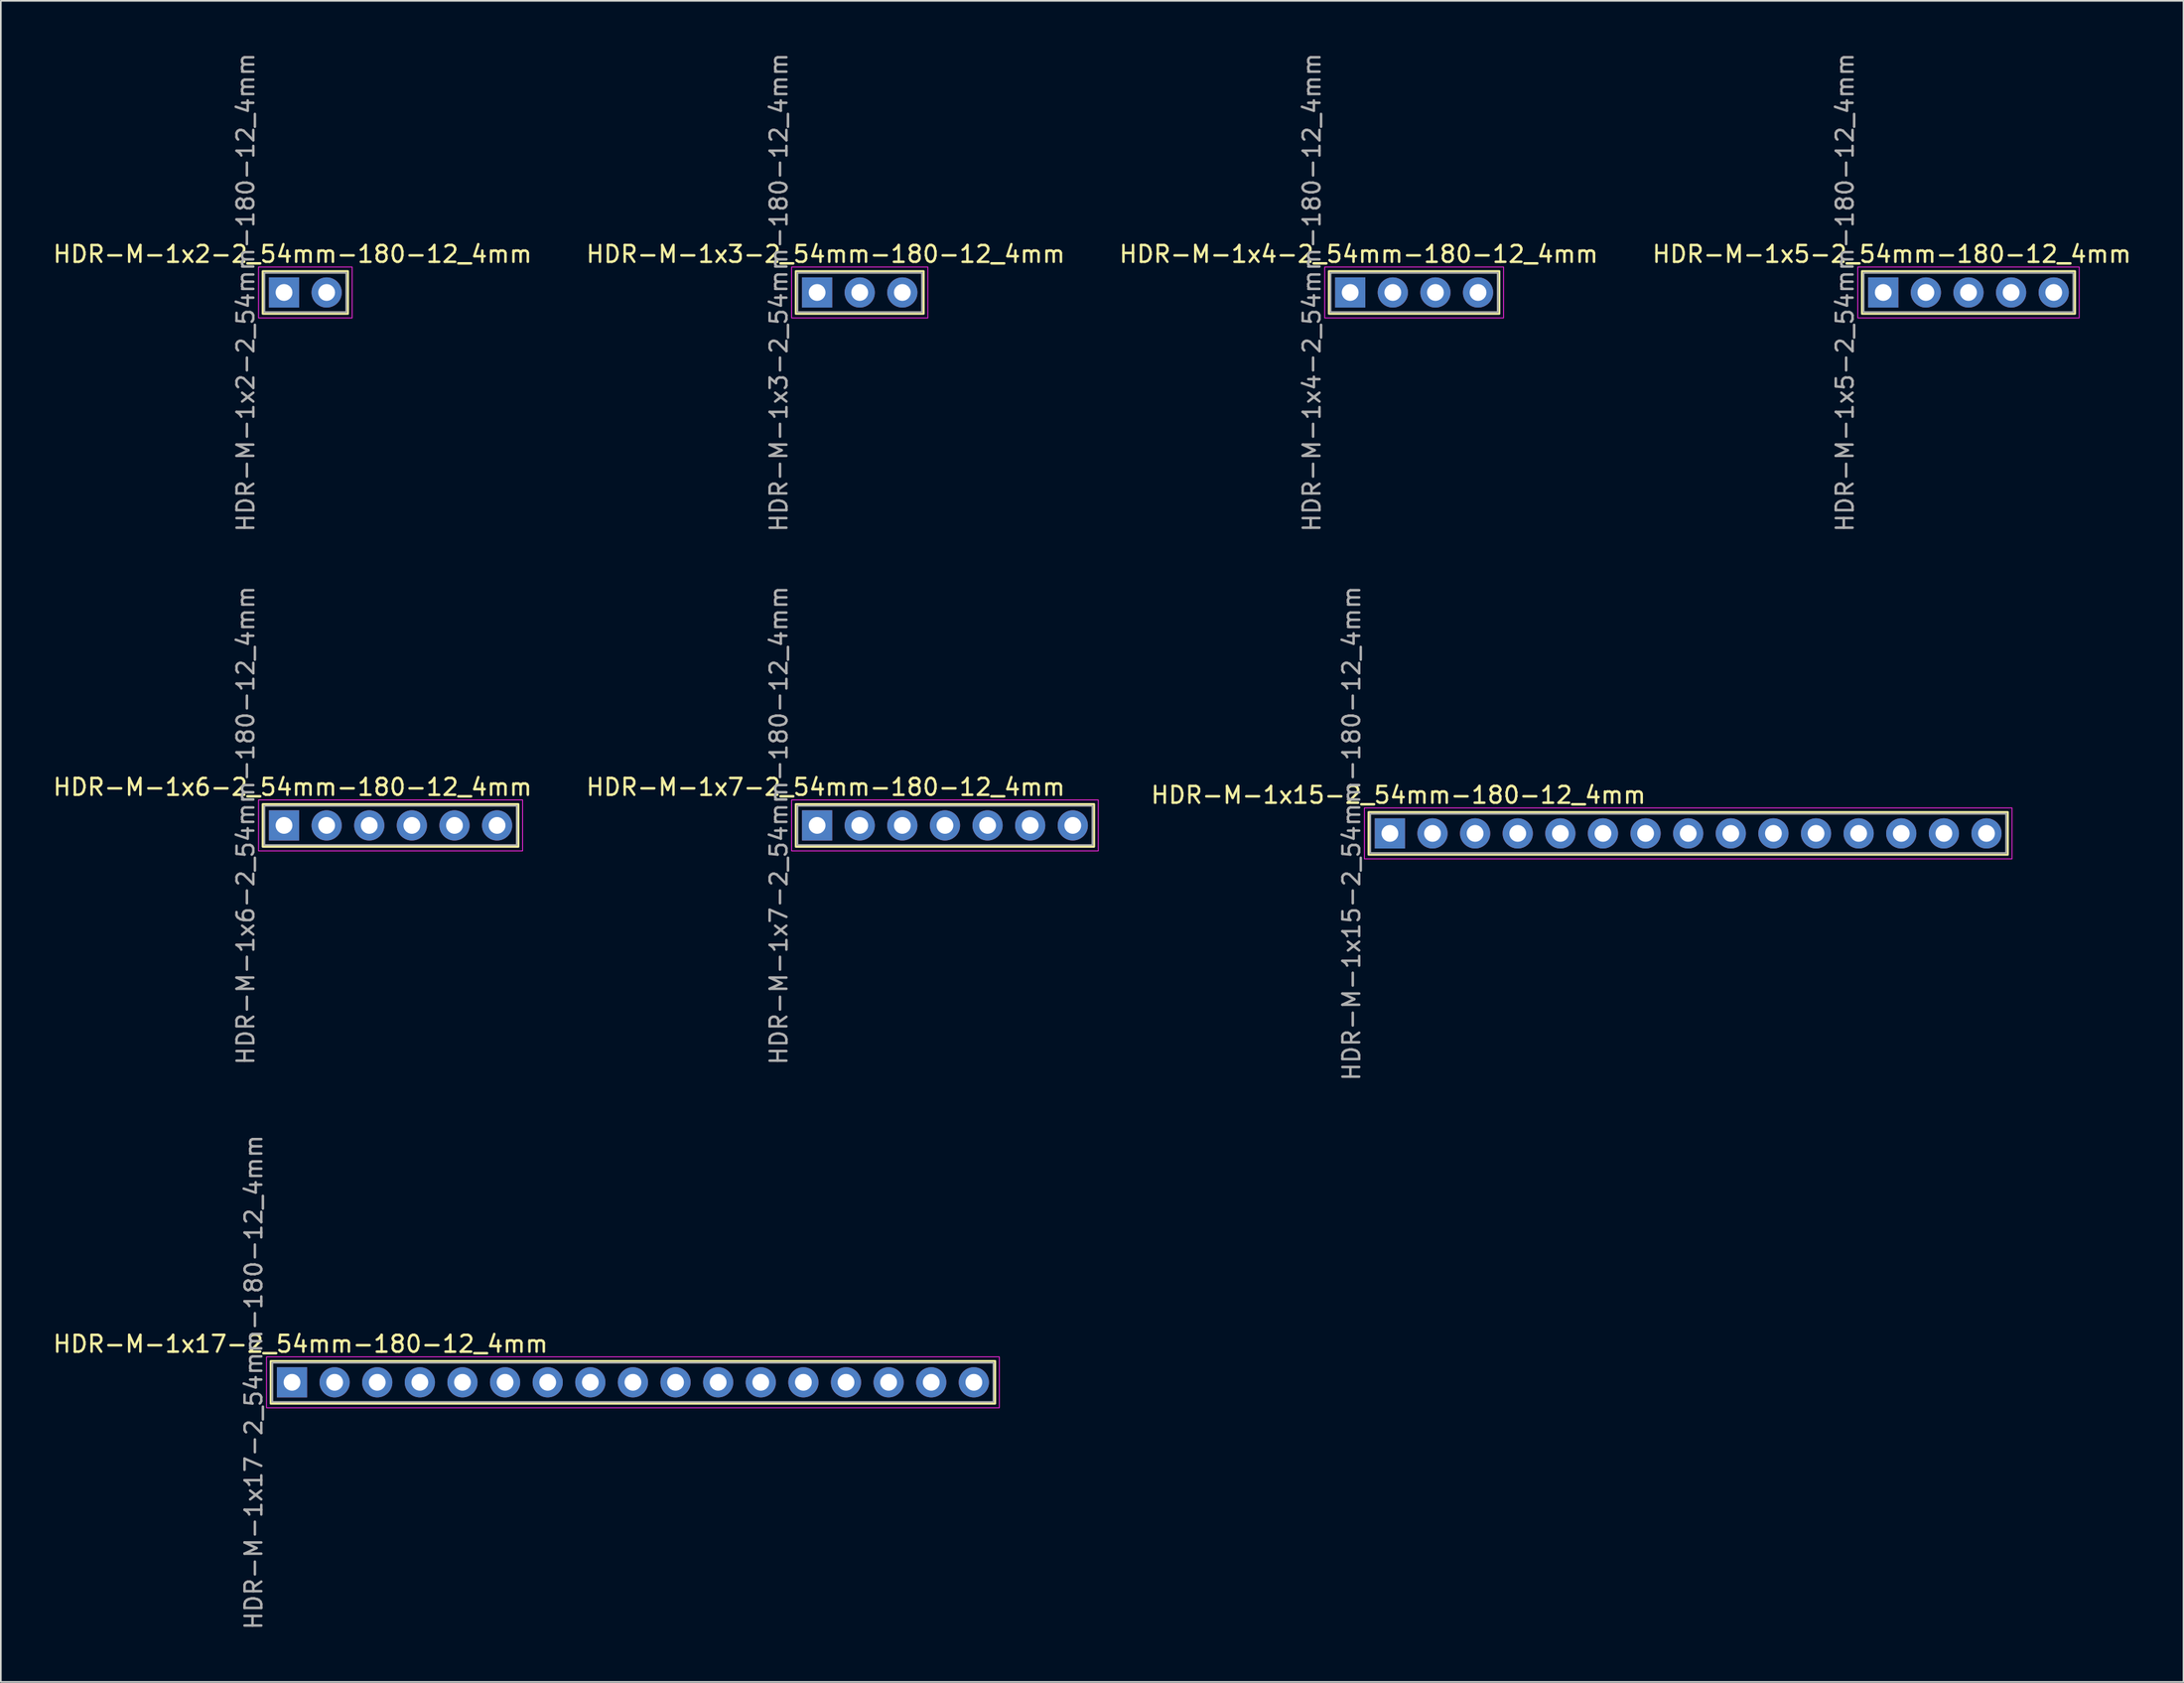
<source format=kicad_pcb>
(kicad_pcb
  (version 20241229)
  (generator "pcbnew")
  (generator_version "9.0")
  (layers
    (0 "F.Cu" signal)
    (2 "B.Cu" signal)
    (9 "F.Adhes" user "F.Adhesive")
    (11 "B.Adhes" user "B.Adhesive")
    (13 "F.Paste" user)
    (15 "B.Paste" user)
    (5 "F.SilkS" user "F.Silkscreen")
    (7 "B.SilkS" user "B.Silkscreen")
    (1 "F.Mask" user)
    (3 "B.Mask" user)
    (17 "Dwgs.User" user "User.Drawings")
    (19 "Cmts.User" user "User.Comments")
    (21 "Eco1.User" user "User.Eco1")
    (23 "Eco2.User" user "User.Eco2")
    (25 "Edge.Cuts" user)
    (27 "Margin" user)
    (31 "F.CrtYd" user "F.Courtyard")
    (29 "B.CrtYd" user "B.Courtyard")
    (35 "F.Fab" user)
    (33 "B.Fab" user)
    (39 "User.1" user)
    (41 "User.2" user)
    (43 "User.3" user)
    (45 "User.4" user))
  (footprint "HDR-M-1x4-2_54mm-180-12_4mm"
    (layer "F.Cu")
    (at 77.427 14.387)
    (property "Reference" "HDR-M-1x4-2_54mm-180-12_4mm" (at 0.508 -2.286 0) (unlocked yes) (layer "F.SilkS") (effects (font (size 1 1) (thickness 0.15))))
    (attr through_hole)
    (fp_rect (start -1.27 -1.27) (end 8.89 1.27) (stroke (width 0.12) (type solid)) (fill no) (layer "F.SilkS"))
    (fp_rect (start -1.52 -1.52) (end 9.14 1.52) (stroke (width 0.05) (type solid)) (fill no) (layer "F.CrtYd"))
    (fp_rect (start -1.17 -1.17) (end 8.79 1.17) (stroke (width 0.1) (type solid)) (fill no) (layer "F.Fab"))
    (fp_text user "${REFERENCE}" (at -2.286 0 90) (unlocked yes) (layer "F.Fab") (effects (font (size 1 1) (thickness 0.15))))
    (pad "1" thru_hole rect (at 0 0) (size 1.8 1.8) (drill 1) (layers "*.Cu" "*.Mask"))
    (pad "2" thru_hole circle (at 2.54 0) (size 1.8 1.8) (drill 1) (layers "*.Cu" "*.Mask"))
    (pad "3" thru_hole circle (at 5.08 0) (size 1.8 1.8) (drill 1) (layers "*.Cu" "*.Mask"))
    (pad "4" thru_hole circle (at 7.62 0) (size 1.8 1.8) (drill 1) (layers "*.Cu" "*.Mask")))
  (footprint "HDR-M-1x17-2_54mm-180-12_4mm"
    (layer "F.Cu")
    (at 14.355 79.363)
    (property "Reference" "HDR-M-1x17-2_54mm-180-12_4mm" (at 0.508 -2.286 0) (unlocked yes) (layer "F.SilkS") (effects (font (size 1 1) (thickness 0.15))))
    (attr through_hole)
    (fp_rect (start -1.27 -1.27) (end 41.91 1.27) (stroke (width 0.12) (type solid)) (fill no) (layer "F.SilkS"))
    (fp_rect (start -1.52 -1.52) (end 42.16 1.52) (stroke (width 0.05) (type solid)) (fill no) (layer "F.CrtYd"))
    (fp_rect (start -1.17 -1.17) (end 41.81 1.17) (stroke (width 0.1) (type solid)) (fill no) (layer "F.Fab"))
    (fp_text user "${REFERENCE}" (at -2.286 0 90) (unlocked yes) (layer "F.Fab") (effects (font (size 1 1) (thickness 0.15))))
    (pad "1" thru_hole rect (at 0 0) (size 1.8 1.8) (drill 1) (layers "*.Cu" "*.Mask"))
    (pad "2" thru_hole circle (at 2.54 0) (size 1.8 1.8) (drill 1) (layers "*.Cu" "*.Mask"))
    (pad "3" thru_hole circle (at 5.08 0) (size 1.8 1.8) (drill 1) (layers "*.Cu" "*.Mask"))
    (pad "4" thru_hole circle (at 7.62 0) (size 1.8 1.8) (drill 1) (layers "*.Cu" "*.Mask"))
    (pad "5" thru_hole circle (at 10.16 0) (size 1.8 1.8) (drill 1) (layers "*.Cu" "*.Mask"))
    (pad "6" thru_hole circle (at 12.7 0) (size 1.8 1.8) (drill 1) (layers "*.Cu" "*.Mask"))
    (pad "7" thru_hole circle (at 15.24 0) (size 1.8 1.8) (drill 1) (layers "*.Cu" "*.Mask"))
    (pad "8" thru_hole circle (at 17.78 0) (size 1.8 1.8) (drill 1) (layers "*.Cu" "*.Mask"))
    (pad "9" thru_hole circle (at 20.32 0) (size 1.8 1.8) (drill 1) (layers "*.Cu" "*.Mask"))
    (pad "10" thru_hole circle (at 22.86 0) (size 1.8 1.8) (drill 1) (layers "*.Cu" "*.Mask"))
    (pad "11" thru_hole circle (at 25.4 0) (size 1.8 1.8) (drill 1) (layers "*.Cu" "*.Mask"))
    (pad "12" thru_hole circle (at 27.94 0) (size 1.8 1.8) (drill 1) (layers "*.Cu" "*.Mask"))
    (pad "13" thru_hole circle (at 30.48 0) (size 1.8 1.8) (drill 1) (layers "*.Cu" "*.Mask"))
    (pad "14" thru_hole circle (at 33.02 0) (size 1.8 1.8) (drill 1) (layers "*.Cu" "*.Mask"))
    (pad "15" thru_hole circle (at 35.56 0) (size 1.8 1.8) (drill 1) (layers "*.Cu" "*.Mask"))
    (pad "16" thru_hole circle (at 38.1 0) (size 1.8 1.8) (drill 1) (layers "*.Cu" "*.Mask"))
    (pad "17" thru_hole circle (at 40.64 0) (size 1.8 1.8) (drill 1) (layers "*.Cu" "*.Mask")))
  (footprint "HDR-M-1x6-2_54mm-180-12_4mm"
    (layer "F.Cu")
    (at 13.879 46.161)
    (property "Reference" "HDR-M-1x6-2_54mm-180-12_4mm" (at 0.508 -2.286 0) (unlocked yes) (layer "F.SilkS") (effects (font (size 1 1) (thickness 0.15))))
    (attr through_hole)
    (fp_rect (start -1.27 -1.27) (end 13.97 1.27) (stroke (width 0.12) (type solid)) (fill no) (layer "F.SilkS"))
    (fp_rect (start -1.52 -1.52) (end 14.22 1.52) (stroke (width 0.05) (type solid)) (fill no) (layer "F.CrtYd"))
    (fp_rect (start -1.17 -1.17) (end 13.87 1.17) (stroke (width 0.1) (type solid)) (fill no) (layer "F.Fab"))
    (fp_text user "${REFERENCE}" (at -2.286 0 90) (unlocked yes) (layer "F.Fab") (effects (font (size 1 1) (thickness 0.15))))
    (pad "1" thru_hole rect (at 0 0) (size 1.8 1.8) (drill 1) (layers "*.Cu" "*.Mask"))
    (pad "2" thru_hole circle (at 2.54 0) (size 1.8 1.8) (drill 1) (layers "*.Cu" "*.Mask"))
    (pad "3" thru_hole circle (at 5.08 0) (size 1.8 1.8) (drill 1) (layers "*.Cu" "*.Mask"))
    (pad "4" thru_hole circle (at 7.62 0) (size 1.8 1.8) (drill 1) (layers "*.Cu" "*.Mask"))
    (pad "5" thru_hole circle (at 10.16 0) (size 1.8 1.8) (drill 1) (layers "*.Cu" "*.Mask"))
    (pad "6" thru_hole circle (at 12.7 0) (size 1.8 1.8) (drill 1) (layers "*.Cu" "*.Mask")))
  (footprint "HDR-M-1x5-2_54mm-180-12_4mm"
    (layer "F.Cu")
    (at 109.2 14.387)
    (property "Reference" "HDR-M-1x5-2_54mm-180-12_4mm" (at 0.508 -2.286 0) (unlocked yes) (layer "F.SilkS") (effects (font (size 1 1) (thickness 0.15))))
    (attr through_hole)
    (fp_rect (start -1.27 -1.27) (end 11.43 1.27) (stroke (width 0.12) (type solid)) (fill no) (layer "F.SilkS"))
    (fp_rect (start -1.52 -1.52) (end 11.68 1.52) (stroke (width 0.05) (type solid)) (fill no) (layer "F.CrtYd"))
    (fp_rect (start -1.17 -1.17) (end 11.33 1.17) (stroke (width 0.1) (type solid)) (fill no) (layer "F.Fab"))
    (fp_text user "${REFERENCE}" (at -2.286 0 90) (unlocked yes) (layer "F.Fab") (effects (font (size 1 1) (thickness 0.15))))
    (pad "1" thru_hole rect (at 0 0) (size 1.8 1.8) (drill 1) (layers "*.Cu" "*.Mask"))
    (pad "2" thru_hole circle (at 2.54 0) (size 1.8 1.8) (drill 1) (layers "*.Cu" "*.Mask"))
    (pad "3" thru_hole circle (at 5.08 0) (size 1.8 1.8) (drill 1) (layers "*.Cu" "*.Mask"))
    (pad "4" thru_hole circle (at 7.62 0) (size 1.8 1.8) (drill 1) (layers "*.Cu" "*.Mask"))
    (pad "5" thru_hole circle (at 10.16 0) (size 1.8 1.8) (drill 1) (layers "*.Cu" "*.Mask")))
  (footprint "HDR-M-1x3-2_54mm-180-12_4mm"
    (layer "F.Cu")
    (at 45.653 14.387)
    (property "Reference" "HDR-M-1x3-2_54mm-180-12_4mm" (at 0.508 -2.286 0) (unlocked yes) (layer "F.SilkS") (effects (font (size 1 1) (thickness 0.15))))
    (attr through_hole)
    (fp_rect (start -1.27 -1.27) (end 6.35 1.27) (stroke (width 0.12) (type solid)) (fill no) (layer "F.SilkS"))
    (fp_rect (start -1.52 -1.52) (end 6.6 1.52) (stroke (width 0.05) (type solid)) (fill no) (layer "F.CrtYd"))
    (fp_rect (start -1.17 -1.17) (end 6.25 1.17) (stroke (width 0.1) (type solid)) (fill no) (layer "F.Fab"))
    (fp_text user "${REFERENCE}" (at -2.286 0 90) (unlocked yes) (layer "F.Fab") (effects (font (size 1 1) (thickness 0.15))))
    (pad "1" thru_hole rect (at 0 0) (size 1.8 1.8) (drill 1) (layers "*.Cu" "*.Mask"))
    (pad "2" thru_hole circle (at 2.54 0) (size 1.8 1.8) (drill 1) (layers "*.Cu" "*.Mask"))
    (pad "3" thru_hole circle (at 5.08 0) (size 1.8 1.8) (drill 1) (layers "*.Cu" "*.Mask")))
  (footprint "HDR-M-1x2-2_54mm-180-12_4mm"
    (layer "F.Cu")
    (at 13.879 14.387)
    (property "Reference" "HDR-M-1x2-2_54mm-180-12_4mm" (at 0.508 -2.286 0) (unlocked yes) (layer "F.SilkS") (effects (font (size 1 1) (thickness 0.15))))
    (attr through_hole)
    (fp_rect (start -1.27 -1.27) (end 3.81 1.27) (stroke (width 0.12) (type solid)) (fill no) (layer "F.SilkS"))
    (fp_rect (start -1.52 -1.52) (end 4.06 1.52) (stroke (width 0.05) (type solid)) (fill no) (layer "F.CrtYd"))
    (fp_rect (start -1.17 -1.17) (end 3.71 1.17) (stroke (width 0.1) (type solid)) (fill no) (layer "F.Fab"))
    (fp_text user "${REFERENCE}" (at -2.286 0 90) (unlocked yes) (layer "F.Fab") (effects (font (size 1 1) (thickness 0.15))))
    (pad "1" thru_hole rect (at 0 0) (size 1.8 1.8) (drill 1) (layers "*.Cu" "*.Mask"))
    (pad "2" thru_hole circle (at 2.54 0) (size 1.8 1.8) (drill 1) (layers "*.Cu" "*.Mask")))
  (footprint "HDR-M-1x7-2_54mm-180-12_4mm"
    (layer "F.Cu")
    (at 45.653 46.161)
    (property "Reference" "HDR-M-1x7-2_54mm-180-12_4mm" (at 0.508 -2.286 0) (unlocked yes) (layer "F.SilkS") (effects (font (size 1 1) (thickness 0.15))))
    (attr through_hole)
    (fp_rect (start -1.27 -1.27) (end 16.51 1.27) (stroke (width 0.12) (type solid)) (fill no) (layer "F.SilkS"))
    (fp_rect (start -1.52 -1.52) (end 16.76 1.52) (stroke (width 0.05) (type solid)) (fill no) (layer "F.CrtYd"))
    (fp_rect (start -1.17 -1.17) (end 16.41 1.17) (stroke (width 0.1) (type solid)) (fill no) (layer "F.Fab"))
    (fp_text user "${REFERENCE}" (at -2.286 0 90) (unlocked yes) (layer "F.Fab") (effects (font (size 1 1) (thickness 0.15))))
    (pad "1" thru_hole rect (at 0 0) (size 1.8 1.8) (drill 1) (layers "*.Cu" "*.Mask"))
    (pad "2" thru_hole circle (at 2.54 0) (size 1.8 1.8) (drill 1) (layers "*.Cu" "*.Mask"))
    (pad "3" thru_hole circle (at 5.08 0) (size 1.8 1.8) (drill 1) (layers "*.Cu" "*.Mask"))
    (pad "4" thru_hole circle (at 7.62 0) (size 1.8 1.8) (drill 1) (layers "*.Cu" "*.Mask"))
    (pad "5" thru_hole circle (at 10.16 0) (size 1.8 1.8) (drill 1) (layers "*.Cu" "*.Mask"))
    (pad "6" thru_hole circle (at 12.7 0) (size 1.8 1.8) (drill 1) (layers "*.Cu" "*.Mask"))
    (pad "7" thru_hole circle (at 15.24 0) (size 1.8 1.8) (drill 1) (layers "*.Cu" "*.Mask")))
  (footprint "HDR-M-1x15-2_54mm-180-12_4mm"
    (layer "F.Cu")
    (at 79.793 46.637)
    (property "Reference" "HDR-M-1x15-2_54mm-180-12_4mm" (at 0.508 -2.286 0) (unlocked yes) (layer "F.SilkS") (effects (font (size 1 1) (thickness 0.15))))
    (attr through_hole)
    (fp_rect (start -1.27 -1.27) (end 36.83 1.27) (stroke (width 0.12) (type solid)) (fill no) (layer "F.SilkS"))
    (fp_rect (start -1.52 -1.52) (end 37.08 1.52) (stroke (width 0.05) (type solid)) (fill no) (layer "F.CrtYd"))
    (fp_rect (start -1.17 -1.17) (end 36.73 1.17) (stroke (width 0.1) (type solid)) (fill no) (layer "F.Fab"))
    (fp_text user "${REFERENCE}" (at -2.286 0 90) (unlocked yes) (layer "F.Fab") (effects (font (size 1 1) (thickness 0.15))))
    (pad "1" thru_hole rect (at 0 0) (size 1.8 1.8) (drill 1) (layers "*.Cu" "*.Mask"))
    (pad "2" thru_hole circle (at 2.54 0) (size 1.8 1.8) (drill 1) (layers "*.Cu" "*.Mask"))
    (pad "3" thru_hole circle (at 5.08 0) (size 1.8 1.8) (drill 1) (layers "*.Cu" "*.Mask"))
    (pad "4" thru_hole circle (at 7.62 0) (size 1.8 1.8) (drill 1) (layers "*.Cu" "*.Mask"))
    (pad "5" thru_hole circle (at 10.16 0) (size 1.8 1.8) (drill 1) (layers "*.Cu" "*.Mask"))
    (pad "6" thru_hole circle (at 12.7 0) (size 1.8 1.8) (drill 1) (layers "*.Cu" "*.Mask"))
    (pad "7" thru_hole circle (at 15.24 0) (size 1.8 1.8) (drill 1) (layers "*.Cu" "*.Mask"))
    (pad "8" thru_hole circle (at 17.78 0) (size 1.8 1.8) (drill 1) (layers "*.Cu" "*.Mask"))
    (pad "9" thru_hole circle (at 20.32 0) (size 1.8 1.8) (drill 1) (layers "*.Cu" "*.Mask"))
    (pad "10" thru_hole circle (at 22.86 0) (size 1.8 1.8) (drill 1) (layers "*.Cu" "*.Mask"))
    (pad "11" thru_hole circle (at 25.4 0) (size 1.8 1.8) (drill 1) (layers "*.Cu" "*.Mask"))
    (pad "12" thru_hole circle (at 27.94 0) (size 1.8 1.8) (drill 1) (layers "*.Cu" "*.Mask"))
    (pad "13" thru_hole circle (at 30.48 0) (size 1.8 1.8) (drill 1) (layers "*.Cu" "*.Mask"))
    (pad "14" thru_hole circle (at 33.02 0) (size 1.8 1.8) (drill 1) (layers "*.Cu" "*.Mask"))
    (pad "15" thru_hole circle (at 35.56 0) (size 1.8 1.8) (drill 1) (layers "*.Cu" "*.Mask")))
  (gr_rect
    (start -3 -3)
    (end 127.095 97.226)
    (stroke (width 0.1) (type default))
    (fill no)
    (layer "Edge.Cuts")))
</source>
